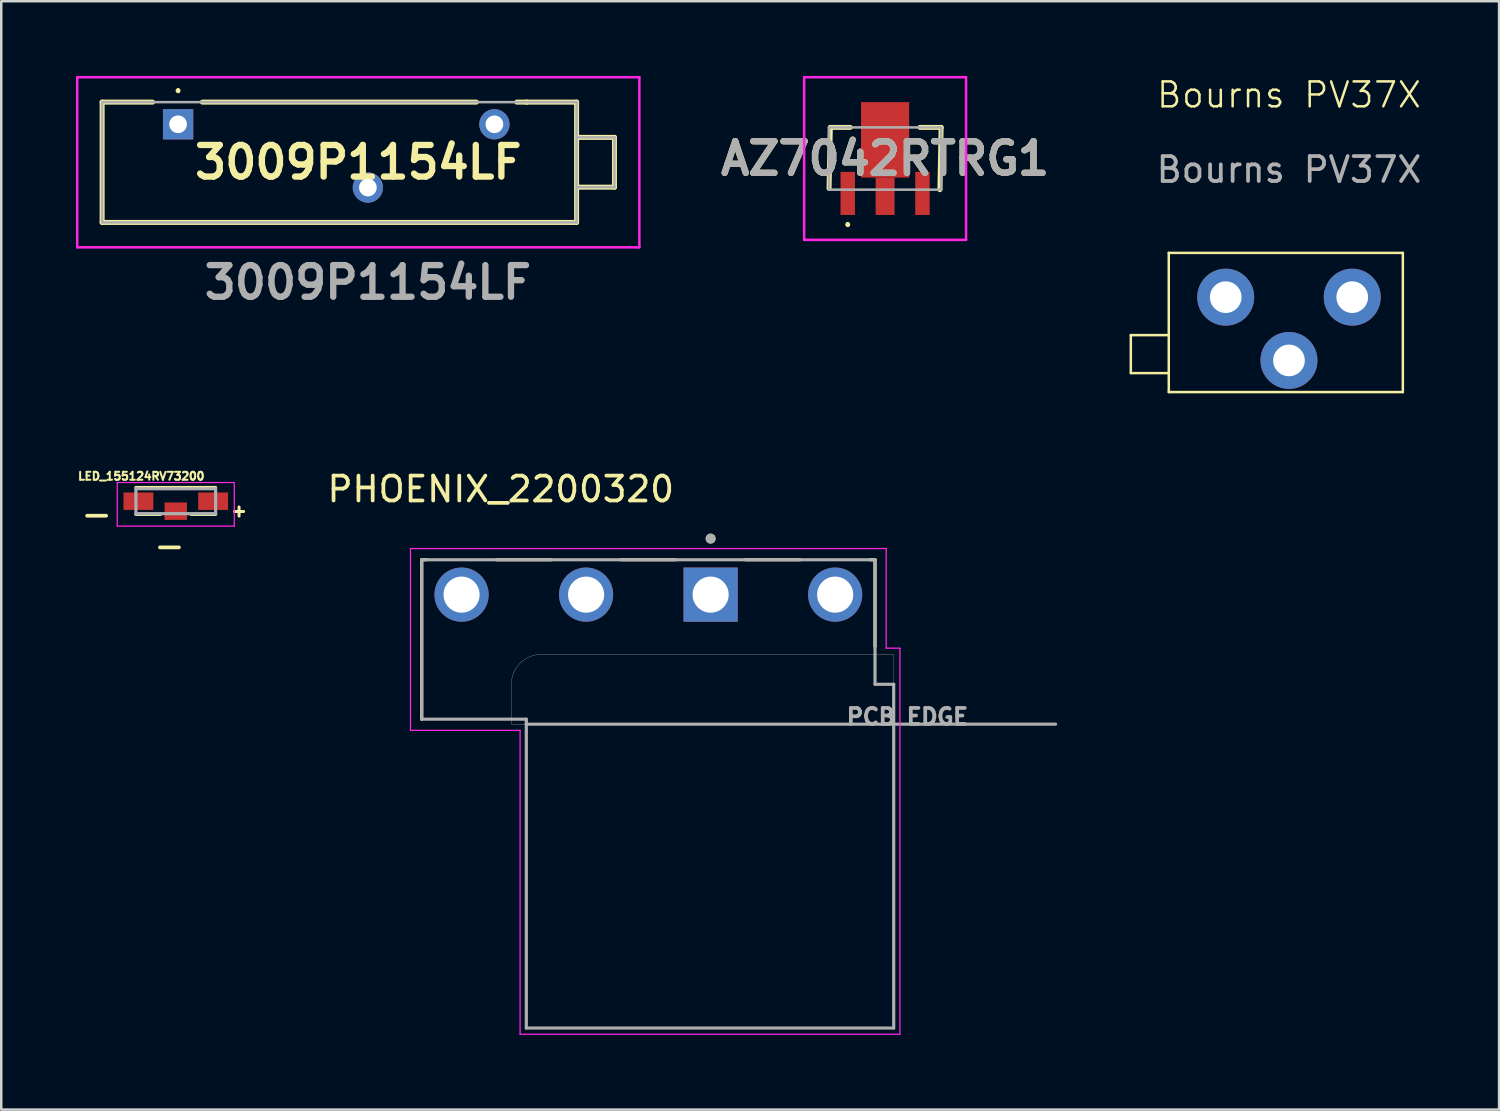
<source format=kicad_pcb>
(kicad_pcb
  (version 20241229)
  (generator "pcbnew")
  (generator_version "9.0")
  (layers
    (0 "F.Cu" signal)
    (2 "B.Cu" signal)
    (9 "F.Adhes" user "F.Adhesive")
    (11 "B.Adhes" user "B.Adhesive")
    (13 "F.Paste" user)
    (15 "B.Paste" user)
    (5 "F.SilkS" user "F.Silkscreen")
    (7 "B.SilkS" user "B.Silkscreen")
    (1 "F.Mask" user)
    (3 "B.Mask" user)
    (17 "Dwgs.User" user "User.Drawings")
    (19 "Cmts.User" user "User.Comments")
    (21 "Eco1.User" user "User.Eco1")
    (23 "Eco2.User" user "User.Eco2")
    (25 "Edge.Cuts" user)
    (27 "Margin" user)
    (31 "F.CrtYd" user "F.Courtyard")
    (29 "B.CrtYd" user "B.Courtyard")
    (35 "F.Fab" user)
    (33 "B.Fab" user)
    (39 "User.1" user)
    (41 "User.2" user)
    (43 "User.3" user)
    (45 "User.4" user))
  (footprint "Bourns PV37X"
    (layer "F.Cu")
    (at 48.701 11.421)
    (property "Reference" "Bourns PV37X" (at 0 -10.66 0) (unlocked yes) (layer "F.SilkS") (effects (font (size 1 1) (thickness 0.1))))
    (attr through_hole)
    (fp_line (start -6.35 -1.016) (end -4.826 -1.016) (stroke (width 0.1) (type default)) (layer "F.SilkS"))
    (fp_line (start -6.35 0.508) (end -6.35 -1.016) (stroke (width 0.1) (type default)) (layer "F.SilkS"))
    (fp_line (start -4.826 -4.318) (end 4.572 -4.318) (stroke (width 0.1) (type default)) (layer "F.SilkS"))
    (fp_line (start -4.826 0.508) (end -6.35 0.508) (stroke (width 0.1) (type default)) (layer "F.SilkS"))
    (fp_line (start -4.826 1.27) (end -4.826 -4.318) (stroke (width 0.1) (type default)) (layer "F.SilkS"))
    (fp_line (start 4.572 -4.318) (end 4.572 1.27) (stroke (width 0.1) (type default)) (layer "F.SilkS"))
    (fp_line (start 4.572 1.27) (end -4.826 1.27) (stroke (width 0.1) (type default)) (layer "F.SilkS"))
    (fp_text user "${REFERENCE}" (at 0 -7.66 0) (unlocked yes) (layer "F.Fab") (effects (font (size 1 1) (thickness 0.15))))
    (pad "1" thru_hole circle (at 2.54 -2.54) (size 2.286 2.286) (drill 1.27) (layers "*.Cu" "*.Mask"))
    (pad "2" thru_hole circle (at 0 0) (size 2.286 2.286) (drill 1.27) (layers "*.Cu" "*.Mask"))
    (pad "3" thru_hole circle (at -2.54 -2.54) (size 2.286 2.286) (drill 1.27) (layers "*.Cu" "*.Mask")))
  (footprint "AZ7042RTRG1"
    (layer "F.Cu")
    (at 32.486 3.315)
    (property "Reference" "AZ7042RTRG1" (at 0 0 0) (layer "F.SilkS") (effects (font (size 1.27 1.27) (thickness 0.254))))
    (attr smd)
    (fp_line (start -2.2 -1.25) (end -2.25 1.2) (stroke (width 0.2) (type solid)) (layer "F.SilkS"))
    (fp_line (start -1.5 2.6) (end -1.5 2.6) (stroke (width 0.1) (type solid)) (layer "F.SilkS"))
    (fp_line (start -1.5 2.7) (end -1.5 2.7) (stroke (width 0.1) (type solid)) (layer "F.SilkS"))
    (fp_line (start -1.4 -1.25) (end -2.2 -1.25) (stroke (width 0.2) (type solid)) (layer "F.SilkS"))
    (fp_line (start 1.4 -1.25) (end 2.25 -1.25) (stroke (width 0.2) (type solid)) (layer "F.SilkS"))
    (fp_line (start 2.25 -1.25) (end 2.2 1.25) (stroke (width 0.2) (type solid)) (layer "F.SilkS"))
    (fp_arc (start -1.5 2.6) (mid -1.45 2.65) (end -1.5 2.7) (stroke (width 0.1) (type solid)) (layer "F.SilkS"))
    (fp_arc (start -1.5 2.7) (mid -1.55 2.65) (end -1.5 2.6) (stroke (width 0.1) (type solid)) (layer "F.SilkS"))
    (fp_line (start -3.25 -3.265) (end 3.25 -3.265) (stroke (width 0.1) (type solid)) (layer "F.CrtYd"))
    (fp_line (start -3.25 3.265) (end -3.25 -3.265) (stroke (width 0.1) (type solid)) (layer "F.CrtYd"))
    (fp_line (start 3.25 -3.265) (end 3.25 3.265) (stroke (width 0.1) (type solid)) (layer "F.CrtYd"))
    (fp_line (start 3.25 3.265) (end -3.25 3.265) (stroke (width 0.1) (type solid)) (layer "F.CrtYd"))
    (fp_line (start -2.25 -1.25) (end 2.25 -1.25) (stroke (width 0.1) (type solid)) (layer "F.Fab"))
    (fp_line (start -2.25 1.25) (end -2.25 -1.25) (stroke (width 0.1) (type solid)) (layer "F.Fab"))
    (fp_line (start 2.25 -1.25) (end 2.25 1.25) (stroke (width 0.1) (type solid)) (layer "F.Fab"))
    (fp_line (start 2.25 1.25) (end -2.25 1.25) (stroke (width 0.1) (type solid)) (layer "F.Fab"))
    (fp_text user "${REFERENCE}" (at 0 0 0) (layer "F.Fab") (effects (font (size 1.27 1.27) (thickness 0.254))))
    (pad "1" smd rect (at -1.5 1.4) (size 0.58 1.73) (layers "F.Cu" "F.Mask" "F.Paste"))
    (pad "2" smd rect (at 0 1.515) (size 0.76 1.5) (layers "F.Cu" "F.Mask" "F.Paste"))
    (pad "3" smd rect (at 1.5 1.4) (size 0.58 1.73) (layers "F.Cu" "F.Mask" "F.Paste"))
    (pad "4" smd rect (at 0 -0.75) (size 1.933 3.03) (layers "F.Cu" "F.Mask" "F.Paste")))
  (footprint "3009P1154LF"
    (layer "F.Cu")
    (at 4.1 1.94)
    (property "Reference" "3009P1154LF" (at 7.235 1.525 0) (layer "F.SilkS") (effects (font (size 1.27 1.27) (thickness 0.254))))
    (attr through_hole)
    (fp_line (start -3.05 -0.89) (end -1.025 -0.89) (stroke (width 0.2) (type solid)) (layer "F.SilkS"))
    (fp_line (start -3.05 3.94) (end -3.05 -0.89) (stroke (width 0.2) (type solid)) (layer "F.SilkS"))
    (fp_line (start 0 -1.4) (end 0 -1.4) (stroke (width 0.1) (type solid)) (layer "F.SilkS"))
    (fp_line (start 0 -1.3) (end 0 -1.3) (stroke (width 0.1) (type solid)) (layer "F.SilkS"))
    (fp_line (start 0.975 -0.89) (end 11.975 -0.89) (stroke (width 0.2) (type solid)) (layer "F.SilkS"))
    (fp_line (start 13.975 -0.89) (end 16 -0.89) (stroke (width 0.2) (type solid)) (layer "F.SilkS"))
    (fp_line (start 14 -0.89) (end 13.6 -0.89) (stroke (width 0.2) (type solid)) (layer "F.SilkS"))
    (fp_line (start 16 -0.89) (end 16 3.94) (stroke (width 0.2) (type solid)) (layer "F.SilkS"))
    (fp_line (start 16 2.525) (end 17.52 2.525) (stroke (width 0.2) (type solid)) (layer "F.SilkS"))
    (fp_line (start 16 3.94) (end -3.05 3.94) (stroke (width 0.2) (type solid)) (layer "F.SilkS"))
    (fp_line (start 17.52 0.525) (end 16 0.525) (stroke (width 0.2) (type solid)) (layer "F.SilkS"))
    (fp_line (start 17.52 2.525) (end 17.52 0.525) (stroke (width 0.2) (type solid)) (layer "F.SilkS"))
    (fp_arc (start 0 -1.4) (mid 0.05 -1.35) (end 0 -1.3) (stroke (width 0.1) (type solid)) (layer "F.SilkS"))
    (fp_arc (start 0 -1.3) (mid -0.05 -1.35) (end 0 -1.4) (stroke (width 0.1) (type solid)) (layer "F.SilkS"))
    (fp_line (start -4.05 -1.89) (end -4.05 4.94) (stroke (width 0.1) (type solid)) (layer "F.CrtYd"))
    (fp_line (start -4.05 4.94) (end 18.52 4.94) (stroke (width 0.1) (type solid)) (layer "F.CrtYd"))
    (fp_line (start 18.52 -1.89) (end -4.05 -1.89) (stroke (width 0.1) (type solid)) (layer "F.CrtYd"))
    (fp_line (start 18.52 4.94) (end 18.52 -1.89) (stroke (width 0.1) (type solid)) (layer "F.CrtYd"))
    (fp_line (start -3.05 -0.89) (end -3.05 3.94) (stroke (width 0.1) (type solid)) (layer "F.Fab"))
    (fp_line (start -3.05 3.94) (end 16 3.94) (stroke (width 0.1) (type solid)) (layer "F.Fab"))
    (fp_line (start 16 -0.89) (end -3.05 -0.89) (stroke (width 0.1) (type solid)) (layer "F.Fab"))
    (fp_line (start 16 2.525) (end 17.52 2.525) (stroke (width 0.1) (type solid)) (layer "F.Fab"))
    (fp_line (start 16 3.94) (end 16 -0.89) (stroke (width 0.1) (type solid)) (layer "F.Fab"))
    (fp_line (start 17.52 0.525) (end 16 0.525) (stroke (width 0.1) (type solid)) (layer "F.Fab"))
    (fp_line (start 17.52 2.525) (end 17.52 0.525) (stroke (width 0.1) (type solid)) (layer "F.Fab"))
    (fp_text user "${REFERENCE}" (at 7.62 6.35 0) (layer "F.Fab") (effects (font (size 1.27 1.27) (thickness 0.254))))
    (pad "1" thru_hole rect (at 0 0) (size 1.217 1.217) (drill 0.71) (layers "*.Cu" "*.Mask"))
    (pad "2" thru_hole circle (at 7.62 2.54) (size 1.217 1.217) (drill 0.71) (layers "*.Cu" "*.Mask"))
    (pad "3" thru_hole circle (at 12.7 0) (size 1.217 1.217) (drill 0.71) (layers "*.Cu" "*.Mask")))
  (footprint "LED_155124RV73200"
    (layer "F.Cu")
    (at 4.007 17.073)
    (property "Reference" "LED_155124RV73200" (at -1.386 -1.005 0) (layer "F.SilkS") (effects (font (size 0.32 0.32) (thickness 0.08))))
    (attr smd)
    (fp_line (start -1.6 -0.55) (end 1.6 -0.55) (stroke (width 0.127) (type solid)) (layer "F.SilkS"))
    (fp_line (start -1.6 0.53) (end -0.62 0.53) (stroke (width 0.127) (type solid)) (layer "F.SilkS"))
    (fp_line (start 1.6 0.53) (end 0.62 0.53) (stroke (width 0.127) (type solid)) (layer "F.SilkS"))
    (fp_line (start -2.35 -0.75) (end 2.35 -0.75) (stroke (width 0.05) (type solid)) (layer "F.CrtYd"))
    (fp_line (start -2.35 1) (end -2.35 -0.75) (stroke (width 0.05) (type solid)) (layer "F.CrtYd"))
    (fp_line (start 2.35 -0.75) (end 2.35 1) (stroke (width 0.05) (type solid)) (layer "F.CrtYd"))
    (fp_line (start 2.35 1) (end -2.35 1) (stroke (width 0.05) (type solid)) (layer "F.CrtYd"))
    (fp_line (start -1.6 -0.5) (end 1.6 -0.5) (stroke (width 0.127) (type solid)) (layer "F.Fab"))
    (fp_line (start -1.6 0.5) (end -1.6 -0.5) (stroke (width 0.127) (type solid)) (layer "F.Fab"))
    (fp_line (start 1.6 -0.5) (end 1.6 0.5) (stroke (width 0.127) (type solid)) (layer "F.Fab"))
    (fp_line (start 1.6 0.5) (end -1.6 0.5) (stroke (width 0.127) (type solid)) (layer "F.Fab"))
    (fp_text user "-" (at -3.178 0.509 0) (layer "F.SilkS") (effects (font (size 1.001 1.001) (thickness 0.15))))
    (fp_text user "-" (at -0.254 1.78 0) (layer "F.SilkS") (effects (font (size 1.001 1.001) (thickness 0.15))))
    (fp_text user "+" (at 2.541 0.381 0) (layer "F.SilkS") (effects (font (size 0.48 0.48) (thickness 0.15))))
    (pad "1" smd rect (at 0 0.4) (size 0.9 0.7) (layers "F.Cu" "F.Mask" "F.Paste"))
    (pad "2" smd rect (at 1.5 0) (size 1.2 0.7) (layers "F.Cu" "F.Mask" "F.Paste"))
    (pad "3" smd rect (at -1.5 0) (size 1.2 0.7) (layers "F.Cu" "F.Mask" "F.Paste")))
  (footprint "PHOENIX_2200320"
    (layer "F.Cu")
    (at 13.881 38.224)
    (property "Reference" "PHOENIX_2200320" (at 3.175 -21.635 0) (layer "F.SilkS") (effects (font (size 1 1) (thickness 0.15))))
    (attr through_hole)
    (fp_line (start 0 -18.8) (end 0 -12.4) (stroke (width 0.127) (type solid)) (layer "F.SilkS"))
    (fp_line (start 0.199 -18.8) (end 0 -18.8) (stroke (width 0.127) (type solid)) (layer "F.SilkS"))
    (fp_line (start 5.199 -18.8) (end 3.001 -18.8) (stroke (width 0.127) (type solid)) (layer "F.SilkS"))
    (fp_line (start 10.199 -18.8) (end 8.001 -18.8) (stroke (width 0.127) (type solid)) (layer "F.SilkS"))
    (fp_line (start 15.199 -18.8) (end 13.001 -18.8) (stroke (width 0.127) (type solid)) (layer "F.SilkS"))
    (fp_line (start 18.2 -18.8) (end 18.001 -18.8) (stroke (width 0.127) (type solid)) (layer "F.SilkS"))
    (fp_line (start 18.2 -15.32) (end 18.2 -18.8) (stroke (width 0.127) (type solid)) (layer "F.SilkS"))
    (fp_circle (center 11.6 -19.65) (end 11.7 -19.65) (stroke (width 0.2) (type solid)) (fill no) (layer "F.SilkS"))
    (fp_line (start 3.6 -13.8) (end 3.6 -12.2) (stroke (width 0.01) (type solid)) (layer "Edge.Cuts"))
    (fp_line (start 3.6 -12.2) (end 18.95 -12.2) (stroke (width 0.01) (type solid)) (layer "Edge.Cuts"))
    (fp_line (start 18.95 -15) (end 4.8 -15) (stroke (width 0.01) (type solid)) (layer "Edge.Cuts"))
    (fp_line (start 18.95 -12.2) (end 18.95 -15) (stroke (width 0.01) (type solid)) (layer "Edge.Cuts"))
    (fp_arc (start 3.6 -13.8) (mid 3.951472 -14.648528) (end 4.8 -15) (stroke (width 0.01) (type solid)) (layer "Edge.Cuts"))
    (fp_line (start -0.45 -19.25) (end 18.65 -19.25) (stroke (width 0.05) (type solid)) (layer "F.CrtYd"))
    (fp_line (start -0.45 -11.95) (end -0.45 -19.25) (stroke (width 0.05) (type solid)) (layer "F.CrtYd"))
    (fp_line (start 3.95 -11.95) (end -0.45 -11.95) (stroke (width 0.05) (type solid)) (layer "F.CrtYd"))
    (fp_line (start 3.95 0.25) (end 3.95 -11.95) (stroke (width 0.05) (type solid)) (layer "F.CrtYd"))
    (fp_line (start 18.65 -19.25) (end 18.65 -15.25) (stroke (width 0.05) (type solid)) (layer "F.CrtYd"))
    (fp_line (start 18.65 -15.25) (end 19.2 -15.25) (stroke (width 0.05) (type solid)) (layer "F.CrtYd"))
    (fp_line (start 19.2 -15.25) (end 19.2 0.25) (stroke (width 0.05) (type solid)) (layer "F.CrtYd"))
    (fp_line (start 19.2 0.25) (end 3.95 0.25) (stroke (width 0.05) (type solid)) (layer "F.CrtYd"))
    (fp_line (start 0 -18.8) (end 0 -12.4) (stroke (width 0.127) (type solid)) (layer "F.Fab"))
    (fp_line (start 0 -12.4) (end 4.2 -12.4) (stroke (width 0.127) (type solid)) (layer "F.Fab"))
    (fp_line (start 4.2 -12.4) (end 4.2 -12.2) (stroke (width 0.127) (type solid)) (layer "F.Fab"))
    (fp_line (start 4.2 -12.2) (end 4.2 0) (stroke (width 0.127) (type solid)) (layer "F.Fab"))
    (fp_line (start 4.2 -12.2) (end 25.45 -12.2) (stroke (width 0.127) (type solid)) (layer "F.Fab"))
    (fp_line (start 4.2 0) (end 18.95 0) (stroke (width 0.127) (type solid)) (layer "F.Fab"))
    (fp_line (start 18.2 -18.8) (end 0 -18.8) (stroke (width 0.127) (type solid)) (layer "F.Fab"))
    (fp_line (start 18.2 -13.8) (end 18.2 -18.8) (stroke (width 0.127) (type solid)) (layer "F.Fab"))
    (fp_line (start 18.95 -13.8) (end 18.2 -13.8) (stroke (width 0.127) (type solid)) (layer "F.Fab"))
    (fp_line (start 18.95 0) (end 18.95 -13.8) (stroke (width 0.127) (type solid)) (layer "F.Fab"))
    (fp_circle (center 11.6 -19.65) (end 11.7 -19.65) (stroke (width 0.2) (type solid)) (fill no) (layer "F.Fab"))
    (fp_text user "PCB EDGE" (at 19.5 -12.5 0) (layer "F.Fab") (effects (font (size 0.64 0.64) (thickness 0.15))))
    (pad "1" thru_hole rect (at 11.6 -17.4) (size 2.175 2.175) (drill 1.45) (layers "*.Cu" "*.Mask"))
    (pad "2" thru_hole circle (at 16.6 -17.4) (size 2.175 2.175) (drill 1.45) (layers "*.Cu" "*.Mask"))
    (pad "3" thru_hole circle (at 6.6 -17.4) (size 2.175 2.175) (drill 1.45) (layers "*.Cu" "*.Mask"))
    (pad "4" thru_hole circle (at 1.6 -17.4) (size 2.175 2.175) (drill 1.45) (layers "*.Cu" "*.Mask"))
    (zone (net_name "") (layer "F.Cu") (hatch full 0.508) (connect_pads) (min_thickness 0.01) (filled_areas_thickness no) (keepout (tracks not_allowed) (vias not_allowed) (pads not_allowed) (copperpour not_allowed) (footprints allowed)) (placement (enabled no)) (fill) (polygon (pts (xy 32.281 19.224) (xy 13.681 19.224) (xy 13.681 25.124) (xy 14.581 26.024) (xy 17.481 26.024) (xy 17.481 24.424) (xy 17.483 24.361) (xy 17.488 24.299) (xy 17.496 24.236) (xy 17.507 24.175) (xy 17.522 24.113) (xy 17.54 24.053) (xy 17.561 23.994) (xy 17.585 23.936) (xy 17.612 23.879) (xy 17.642 23.824) (xy 17.675 23.77) (xy 17.71 23.719) (xy 17.748 23.669) (xy 17.789 23.621) (xy 17.832 23.575) (xy 17.878 23.532) (xy 17.926 23.491) (xy 17.976 23.453) (xy 18.027 23.418) (xy 18.081 23.385) (xy 18.136 23.355) (xy 18.193 23.328) (xy 18.251 23.304) (xy 18.31 23.283) (xy 18.37 23.265) (xy 18.432 23.25) (xy 18.493 23.239) (xy 18.556 23.231) (xy 18.618 23.226) (xy 18.681 23.224) (xy 32.281 23.224))))
    (zone (net_name "") (layers "F.Cu" "B.Cu") (hatch full 0.508) (connect_pads) (min_thickness 0.01) (filled_areas_thickness no) (keepout (tracks allowed) (vias not_allowed) (pads allowed) (copperpour allowed) (footprints allowed)) (placement (enabled no)) (fill) (polygon (pts (xy 32.281 19.224) (xy 13.681 19.224) (xy 13.681 25.124) (xy 14.581 26.024) (xy 17.481 26.024) (xy 17.481 24.424) (xy 17.483 24.361) (xy 17.488 24.299) (xy 17.496 24.236) (xy 17.507 24.175) (xy 17.522 24.113) (xy 17.54 24.053) (xy 17.561 23.994) (xy 17.585 23.936) (xy 17.612 23.879) (xy 17.642 23.824) (xy 17.675 23.77) (xy 17.71 23.719) (xy 17.748 23.669) (xy 17.789 23.621) (xy 17.832 23.575) (xy 17.878 23.532) (xy 17.926 23.491) (xy 17.976 23.453) (xy 18.027 23.418) (xy 18.081 23.385) (xy 18.136 23.355) (xy 18.193 23.328) (xy 18.251 23.304) (xy 18.31 23.283) (xy 18.37 23.265) (xy 18.432 23.25) (xy 18.493 23.239) (xy 18.556 23.231) (xy 18.618 23.226) (xy 18.681 23.224) (xy 32.281 23.224)))))
  (gr_rect
    (start -3 -3)
    (end 57.136 41.499)
    (stroke (width 0.1) (type default))
    (fill no)
    (layer "Edge.Cuts")))
</source>
